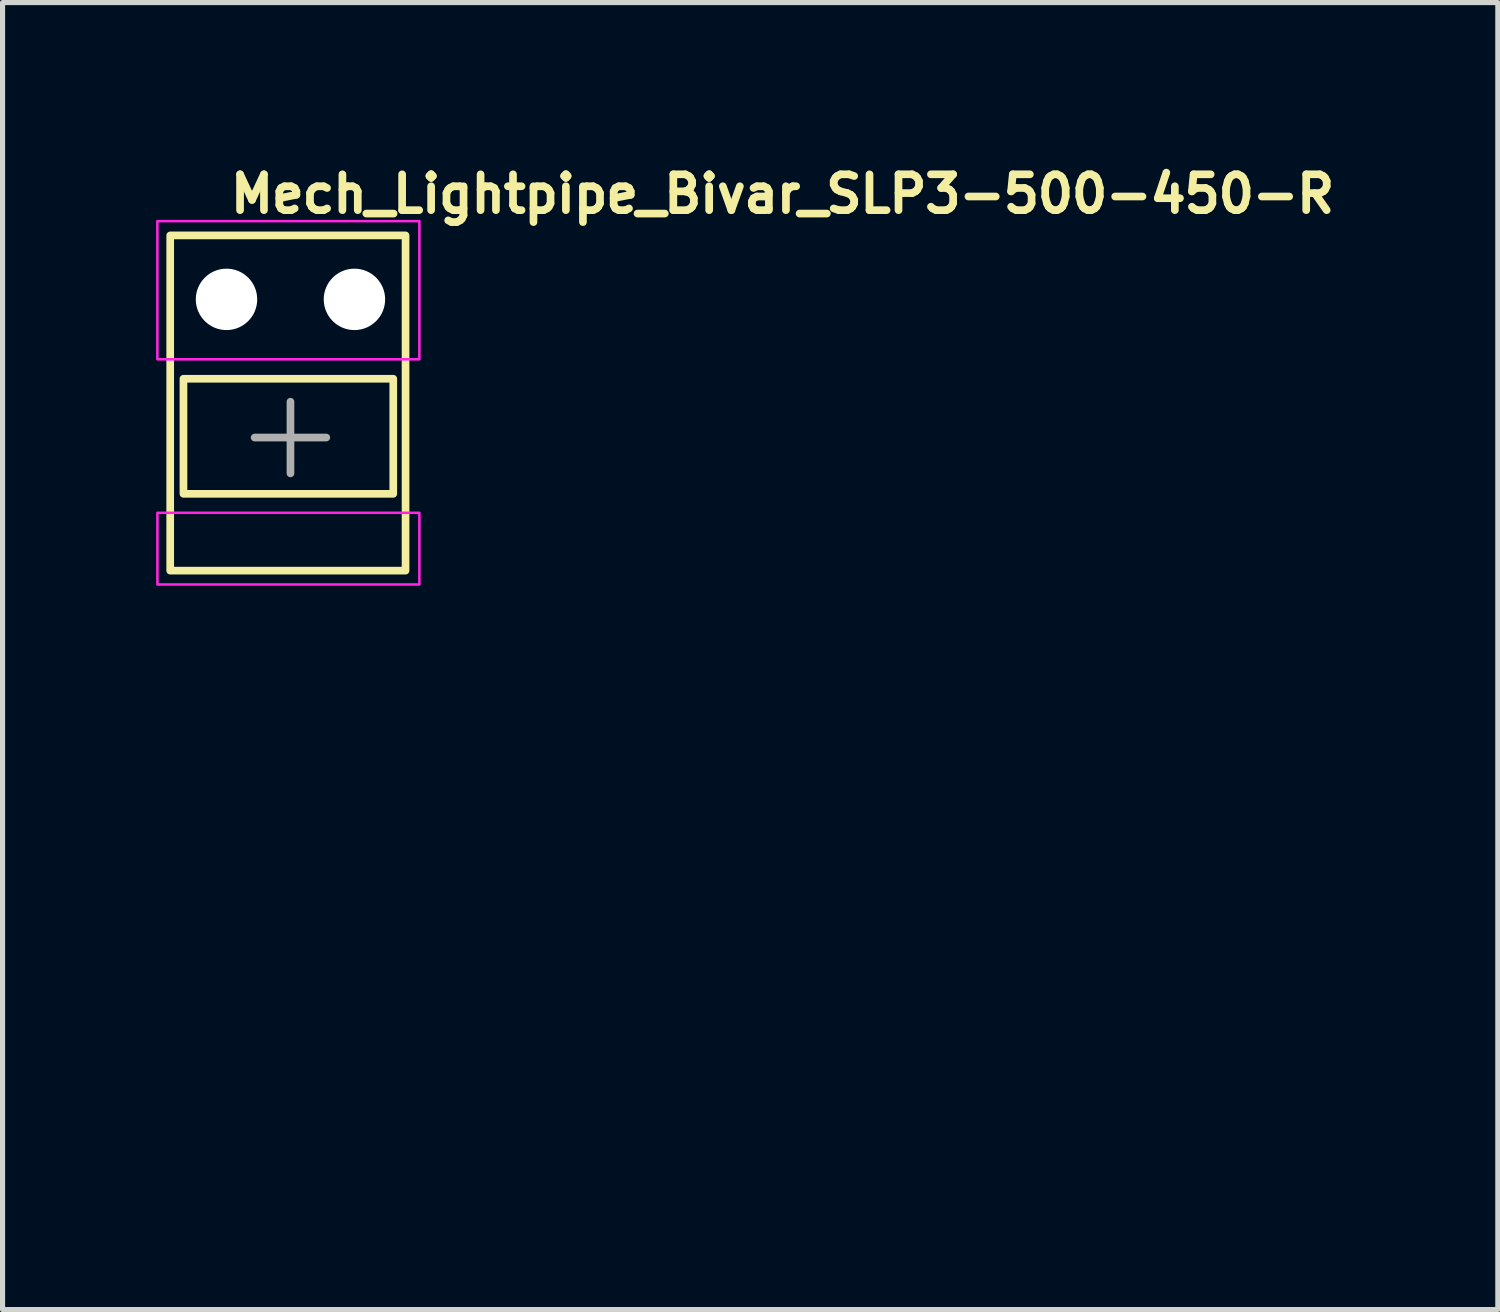
<source format=kicad_pcb>
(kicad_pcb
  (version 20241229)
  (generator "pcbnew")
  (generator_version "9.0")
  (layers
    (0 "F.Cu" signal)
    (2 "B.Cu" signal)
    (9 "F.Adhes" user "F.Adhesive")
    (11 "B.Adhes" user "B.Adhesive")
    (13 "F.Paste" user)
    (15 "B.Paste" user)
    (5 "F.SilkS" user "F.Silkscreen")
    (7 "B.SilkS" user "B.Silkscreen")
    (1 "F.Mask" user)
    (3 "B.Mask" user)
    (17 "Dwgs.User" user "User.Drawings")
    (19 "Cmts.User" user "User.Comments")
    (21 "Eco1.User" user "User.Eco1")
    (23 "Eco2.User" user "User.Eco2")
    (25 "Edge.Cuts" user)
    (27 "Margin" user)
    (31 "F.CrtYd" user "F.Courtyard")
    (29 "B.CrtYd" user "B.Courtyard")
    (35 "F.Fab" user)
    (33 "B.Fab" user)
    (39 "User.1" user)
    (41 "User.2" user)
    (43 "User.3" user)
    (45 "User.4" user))
  (footprint "Mech_Lightpipe_Bivar_SLP3-500-450-R"
    (layer "F.Cu")
    (at 1.376 2.8)
    (property "Reference" "Mech_Lightpipe_Bivar_SLP3-500-450-R" (at 0 -1.65 0) (unlocked yes) (layer "F.SilkS") (effects (font (size 0.7 0.7) (thickness 0.15)) (justify left bottom)))
    (attr through_hole)
    (fp_rect (start -1.1 -1.25) (end 3.499 5.301) (stroke (width 0.15) (type solid)) (fill no) (layer "F.SilkS"))
    (fp_rect (start -0.841 1.551) (end 3.259 3.8) (stroke (width 0.15) (type solid)) (fill no) (layer "F.SilkS"))
    (fp_rect (start -1.351 -1.529) (end 3.769 1.171) (stroke (width 0.05) (type solid)) (fill no) (layer "F.CrtYd"))
    (fp_rect (start -1.35 4.171) (end 3.769 5.571) (stroke (width 0.05) (type solid)) (fill no) (layer "F.CrtYd"))
    (fp_line (start 0.55 2.7) (end 1.25 2.7) (stroke (width 0.15) (type solid)) (layer "F.Fab"))
    (fp_line (start 1.25 2) (end 1.25 2.7) (stroke (width 0.15) (type solid)) (layer "F.Fab"))
    (fp_line (start 1.25 2.7) (end 1.25 3.4) (stroke (width 0.15) (type solid)) (layer "F.Fab"))
    (fp_line (start 1.25 2.7) (end 1.95 2.7) (stroke (width 0.15) (type solid)) (layer "F.Fab"))
    (fp_rect (start 3.46 16.69) (end -1.061 -1.089) (stroke (width 0.1) (type solid)) (fill no) (layer "User.5"))
    (fp_line (start -1.061 -1.089) (end 3.46 -1.089) (stroke (width 0.02) (type solid)) (layer "User.9"))
    (fp_line (start -1.061 1.027) (end -1.061 -1.089) (stroke (width 0.02) (type solid)) (layer "User.9"))
    (fp_line (start -1.061 1.985) (end -1.061 1.027) (stroke (width 0.02) (type solid)) (layer "User.9"))
    (fp_line (start -1.061 3.728) (end -1.061 1.985) (stroke (width 0.02) (type solid)) (layer "User.9"))
    (fp_line (start -1.061 3.728) (end -1.061 5.261) (stroke (width 0.02) (type solid)) (layer "User.9"))
    (fp_line (start -1.061 3.743) (end -1.061 3.728) (stroke (width 0.02) (type solid)) (layer "User.9"))
    (fp_line (start -1.061 5.261) (end -0.965 5.261) (stroke (width 0.02) (type solid)) (layer "User.9"))
    (fp_line (start -1.06 3.757) (end -1.061 3.743) (stroke (width 0.02) (type solid)) (layer "User.9"))
    (fp_line (start -1.058 3.771) (end -1.06 3.757) (stroke (width 0.02) (type solid)) (layer "User.9"))
    (fp_line (start -1.055 3.784) (end -1.058 3.771) (stroke (width 0.02) (type solid)) (layer "User.9"))
    (fp_line (start -1.051 3.799) (end -1.055 3.784) (stroke (width 0.02) (type solid)) (layer "User.9"))
    (fp_line (start -1.047 3.812) (end -1.051 3.799) (stroke (width 0.02) (type solid)) (layer "User.9"))
    (fp_line (start -1.042 3.825) (end -1.047 3.812) (stroke (width 0.02) (type solid)) (layer "User.9"))
    (fp_line (start -1.035 3.838) (end -1.042 3.825) (stroke (width 0.02) (type solid)) (layer "User.9"))
    (fp_line (start -1.029 3.851) (end -1.035 3.838) (stroke (width 0.02) (type solid)) (layer "User.9"))
    (fp_line (start -1.022 3.864) (end -1.029 3.851) (stroke (width 0.02) (type solid)) (layer "User.9"))
    (fp_line (start -1.013 3.876) (end -1.022 3.864) (stroke (width 0.02) (type solid)) (layer "User.9"))
    (fp_line (start -1.006 3.888) (end -1.013 3.876) (stroke (width 0.02) (type solid)) (layer "User.9"))
    (fp_line (start -0.997 3.9) (end -1.006 3.888) (stroke (width 0.02) (type solid)) (layer "User.9"))
    (fp_line (start -0.987 3.911) (end -0.997 3.9) (stroke (width 0.02) (type solid)) (layer "User.9"))
    (fp_line (start -0.976 3.921) (end -0.987 3.911) (stroke (width 0.02) (type solid)) (layer "User.9"))
    (fp_line (start -0.965 3.932) (end -0.976 3.921) (stroke (width 0.02) (type solid)) (layer "User.9"))
    (fp_line (start -0.965 3.932) (end -0.965 3.932) (stroke (width 0.02) (type solid)) (layer "User.9"))
    (fp_line (start -0.965 5.261) (end -0.965 5.261) (stroke (width 0.02) (type solid)) (layer "User.9"))
    (fp_line (start -0.965 5.261) (end -0.731 5.261) (stroke (width 0.02) (type solid)) (layer "User.9"))
    (fp_line (start -0.952 3.941) (end -0.965 3.932) (stroke (width 0.02) (type solid)) (layer "User.9"))
    (fp_line (start -0.941 3.951) (end -0.952 3.941) (stroke (width 0.02) (type solid)) (layer "User.9"))
    (fp_line (start -0.928 3.959) (end -0.941 3.951) (stroke (width 0.02) (type solid)) (layer "User.9"))
    (fp_line (start -0.915 3.967) (end -0.928 3.959) (stroke (width 0.02) (type solid)) (layer "User.9"))
    (fp_line (start -0.901 3.975) (end -0.915 3.967) (stroke (width 0.02) (type solid)) (layer "User.9"))
    (fp_line (start -0.886 3.982) (end -0.901 3.975) (stroke (width 0.02) (type solid)) (layer "User.9"))
    (fp_line (start -0.872 3.988) (end -0.886 3.982) (stroke (width 0.02) (type solid)) (layer "User.9"))
    (fp_line (start -0.858 3.994) (end -0.872 3.988) (stroke (width 0.02) (type solid)) (layer "User.9"))
    (fp_line (start -0.843 3.999) (end -0.858 3.994) (stroke (width 0.02) (type solid)) (layer "User.9"))
    (fp_line (start -0.827 4.003) (end -0.843 3.999) (stroke (width 0.02) (type solid)) (layer "User.9"))
    (fp_line (start -0.811 4.007) (end -0.827 4.003) (stroke (width 0.02) (type solid)) (layer "User.9"))
    (fp_line (start -0.796 4.01) (end -0.811 4.007) (stroke (width 0.02) (type solid)) (layer "User.9"))
    (fp_line (start -0.78 4.013) (end -0.796 4.01) (stroke (width 0.02) (type solid)) (layer "User.9"))
    (fp_line (start -0.764 4.014) (end -0.78 4.013) (stroke (width 0.02) (type solid)) (layer "User.9"))
    (fp_line (start -0.748 4.015) (end -0.764 4.014) (stroke (width 0.02) (type solid)) (layer "User.9"))
    (fp_line (start -0.731 4.016) (end -0.748 4.015) (stroke (width 0.02) (type solid)) (layer "User.9"))
    (fp_line (start -0.731 4.016) (end 3.129 4.016) (stroke (width 0.02) (type solid)) (layer "User.9"))
    (fp_line (start -0.322 15.191) (end -0.322 5.261) (stroke (width 0.02) (type solid)) (layer "User.9"))
    (fp_line (start -0.322 15.191) (end -0.32 15.266) (stroke (width 0.02) (type solid)) (layer "User.9"))
    (fp_line (start -0.32 15.266) (end -0.314 15.339) (stroke (width 0.02) (type solid)) (layer "User.9"))
    (fp_line (start -0.314 15.339) (end -0.306 15.412) (stroke (width 0.02) (type solid)) (layer "User.9"))
    (fp_line (start -0.306 15.412) (end -0.293 15.486) (stroke (width 0.02) (type solid)) (layer "User.9"))
    (fp_line (start -0.293 15.486) (end -0.277 15.556) (stroke (width 0.02) (type solid)) (layer "User.9"))
    (fp_line (start -0.277 15.556) (end -0.258 15.627) (stroke (width 0.02) (type solid)) (layer "User.9"))
    (fp_line (start -0.258 15.627) (end -0.234 15.696) (stroke (width 0.02) (type solid)) (layer "User.9"))
    (fp_line (start -0.234 15.696) (end -0.208 15.765) (stroke (width 0.02) (type solid)) (layer "User.9"))
    (fp_line (start -0.208 15.765) (end -0.178 15.832) (stroke (width 0.02) (type solid)) (layer "User.9"))
    (fp_line (start -0.178 15.832) (end -0.146 15.896) (stroke (width 0.02) (type solid)) (layer "User.9"))
    (fp_line (start -0.146 15.896) (end -0.109 15.96) (stroke (width 0.02) (type solid)) (layer "User.9"))
    (fp_line (start -0.109 15.96) (end -0.07 16.022) (stroke (width 0.02) (type solid)) (layer "User.9"))
    (fp_line (start -0.07 16.022) (end -0.029 16.083) (stroke (width 0.02) (type solid)) (layer "User.9"))
    (fp_line (start -0.029 16.083) (end 0.018 16.141) (stroke (width 0.02) (type solid)) (layer "User.9"))
    (fp_line (start 0.018 16.141) (end 0.066 16.198) (stroke (width 0.02) (type solid)) (layer "User.9"))
    (fp_line (start 0.066 16.198) (end 0.117 16.251) (stroke (width 0.02) (type solid)) (layer "User.9"))
    (fp_line (start 0.117 16.251) (end 0.117 16.251) (stroke (width 0.02) (type solid)) (layer "User.9"))
    (fp_line (start 0.117 16.251) (end 0.17 16.303) (stroke (width 0.02) (type solid)) (layer "User.9"))
    (fp_line (start 0.17 16.303) (end 0.226 16.35) (stroke (width 0.02) (type solid)) (layer "User.9"))
    (fp_line (start 0.226 16.35) (end 0.284 16.396) (stroke (width 0.02) (type solid)) (layer "User.9"))
    (fp_line (start 0.284 16.396) (end 0.345 16.439) (stroke (width 0.02) (type solid)) (layer "User.9"))
    (fp_line (start 0.345 16.439) (end 0.407 16.478) (stroke (width 0.02) (type solid)) (layer "User.9"))
    (fp_line (start 0.407 16.478) (end 0.471 16.513) (stroke (width 0.02) (type solid)) (layer "User.9"))
    (fp_line (start 0.471 16.513) (end 0.535 16.547) (stroke (width 0.02) (type solid)) (layer "User.9"))
    (fp_line (start 0.535 16.547) (end 0.603 16.576) (stroke (width 0.02) (type solid)) (layer "User.9"))
    (fp_line (start 0.603 16.576) (end 0.67 16.603) (stroke (width 0.02) (type solid)) (layer "User.9"))
    (fp_line (start 0.67 16.603) (end 0.741 16.626) (stroke (width 0.02) (type solid)) (layer "User.9"))
    (fp_line (start 0.741 16.626) (end 0.811 16.644) (stroke (width 0.02) (type solid)) (layer "User.9"))
    (fp_line (start 0.811 16.644) (end 0.883 16.661) (stroke (width 0.02) (type solid)) (layer "User.9"))
    (fp_line (start 0.883 16.661) (end 0.955 16.673) (stroke (width 0.02) (type solid)) (layer "User.9"))
    (fp_line (start 0.955 16.673) (end 1.029 16.682) (stroke (width 0.02) (type solid)) (layer "User.9"))
    (fp_line (start 1.029 16.682) (end 1.101 16.689) (stroke (width 0.02) (type solid)) (layer "User.9"))
    (fp_line (start 1.101 16.689) (end 1.176 16.69) (stroke (width 0.02) (type solid)) (layer "User.9"))
    (fp_line (start 1.176 5.261) (end -0.731 5.261) (stroke (width 0.02) (type solid)) (layer "User.9"))
    (fp_line (start 1.176 16.69) (end 1.249 16.689) (stroke (width 0.02) (type solid)) (layer "User.9"))
    (fp_line (start 1.249 16.689) (end 1.323 16.682) (stroke (width 0.02) (type solid)) (layer "User.9"))
    (fp_line (start 1.323 16.682) (end 1.397 16.673) (stroke (width 0.02) (type solid)) (layer "User.9"))
    (fp_line (start 1.397 16.673) (end 1.469 16.661) (stroke (width 0.02) (type solid)) (layer "User.9"))
    (fp_line (start 1.469 16.661) (end 1.541 16.644) (stroke (width 0.02) (type solid)) (layer "User.9"))
    (fp_line (start 1.541 16.644) (end 1.611 16.626) (stroke (width 0.02) (type solid)) (layer "User.9"))
    (fp_line (start 1.611 16.626) (end 1.68 16.603) (stroke (width 0.02) (type solid)) (layer "User.9"))
    (fp_line (start 1.68 16.603) (end 1.749 16.576) (stroke (width 0.02) (type solid)) (layer "User.9"))
    (fp_line (start 1.749 16.576) (end 1.815 16.547) (stroke (width 0.02) (type solid)) (layer "User.9"))
    (fp_line (start 1.815 16.547) (end 1.881 16.513) (stroke (width 0.02) (type solid)) (layer "User.9"))
    (fp_line (start 1.881 16.513) (end 1.945 16.478) (stroke (width 0.02) (type solid)) (layer "User.9"))
    (fp_line (start 1.945 16.478) (end 2.007 16.439) (stroke (width 0.02) (type solid)) (layer "User.9"))
    (fp_line (start 2.007 16.439) (end 2.067 16.396) (stroke (width 0.02) (type solid)) (layer "User.9"))
    (fp_line (start 2.067 16.396) (end 2.126 16.35) (stroke (width 0.02) (type solid)) (layer "User.9"))
    (fp_line (start 2.126 16.35) (end 2.182 16.303) (stroke (width 0.02) (type solid)) (layer "User.9"))
    (fp_line (start 2.182 16.303) (end 2.235 16.251) (stroke (width 0.02) (type solid)) (layer "User.9"))
    (fp_line (start 2.235 16.251) (end 2.235 16.251) (stroke (width 0.02) (type solid)) (layer "User.9"))
    (fp_line (start 2.235 16.251) (end 2.286 16.198) (stroke (width 0.02) (type solid)) (layer "User.9"))
    (fp_line (start 2.286 16.198) (end 2.334 16.141) (stroke (width 0.02) (type solid)) (layer "User.9"))
    (fp_line (start 2.334 16.141) (end 2.379 16.083) (stroke (width 0.02) (type solid)) (layer "User.9"))
    (fp_line (start 2.379 16.083) (end 2.422 16.022) (stroke (width 0.02) (type solid)) (layer "User.9"))
    (fp_line (start 2.422 16.022) (end 2.462 15.96) (stroke (width 0.02) (type solid)) (layer "User.9"))
    (fp_line (start 2.462 15.96) (end 2.498 15.896) (stroke (width 0.02) (type solid)) (layer "User.9"))
    (fp_line (start 2.498 15.896) (end 2.531 15.832) (stroke (width 0.02) (type solid)) (layer "User.9"))
    (fp_line (start 2.531 15.832) (end 2.56 15.765) (stroke (width 0.02) (type solid)) (layer "User.9"))
    (fp_line (start 2.56 15.765) (end 2.587 15.696) (stroke (width 0.02) (type solid)) (layer "User.9"))
    (fp_line (start 2.587 15.696) (end 2.61 15.627) (stroke (width 0.02) (type solid)) (layer "User.9"))
    (fp_line (start 2.61 15.627) (end 2.629 15.556) (stroke (width 0.02) (type solid)) (layer "User.9"))
    (fp_line (start 2.629 15.556) (end 2.645 15.486) (stroke (width 0.02) (type solid)) (layer "User.9"))
    (fp_line (start 2.645 15.486) (end 2.658 15.412) (stroke (width 0.02) (type solid)) (layer "User.9"))
    (fp_line (start 2.658 15.412) (end 2.666 15.339) (stroke (width 0.02) (type solid)) (layer "User.9"))
    (fp_line (start 2.666 15.339) (end 2.672 15.266) (stroke (width 0.02) (type solid)) (layer "User.9"))
    (fp_line (start 2.672 15.266) (end 2.674 15.191) (stroke (width 0.02) (type solid)) (layer "User.9"))
    (fp_line (start 2.674 15.191) (end 2.674 5.261) (stroke (width 0.02) (type solid)) (layer "User.9"))
    (fp_line (start 3.129 5.261) (end 1.176 5.261) (stroke (width 0.02) (type solid)) (layer "User.9"))
    (fp_line (start 3.129 5.261) (end 3.363 5.261) (stroke (width 0.02) (type solid)) (layer "User.9"))
    (fp_line (start 3.146 4.015) (end 3.129 4.016) (stroke (width 0.02) (type solid)) (layer "User.9"))
    (fp_line (start 3.162 4.014) (end 3.146 4.015) (stroke (width 0.02) (type solid)) (layer "User.9"))
    (fp_line (start 3.178 4.013) (end 3.162 4.014) (stroke (width 0.02) (type solid)) (layer "User.9"))
    (fp_line (start 3.194 4.01) (end 3.178 4.013) (stroke (width 0.02) (type solid)) (layer "User.9"))
    (fp_line (start 3.208 4.007) (end 3.194 4.01) (stroke (width 0.02) (type solid)) (layer "User.9"))
    (fp_line (start 3.224 4.003) (end 3.208 4.007) (stroke (width 0.02) (type solid)) (layer "User.9"))
    (fp_line (start 3.24 3.999) (end 3.224 4.003) (stroke (width 0.02) (type solid)) (layer "User.9"))
    (fp_line (start 3.255 3.994) (end 3.24 3.999) (stroke (width 0.02) (type solid)) (layer "User.9"))
    (fp_line (start 3.27 3.988) (end 3.255 3.994) (stroke (width 0.02) (type solid)) (layer "User.9"))
    (fp_line (start 3.285 3.982) (end 3.27 3.988) (stroke (width 0.02) (type solid)) (layer "User.9"))
    (fp_line (start 3.299 3.975) (end 3.285 3.982) (stroke (width 0.02) (type solid)) (layer "User.9"))
    (fp_line (start 3.313 3.967) (end 3.299 3.975) (stroke (width 0.02) (type solid)) (layer "User.9"))
    (fp_line (start 3.326 3.959) (end 3.313 3.967) (stroke (width 0.02) (type solid)) (layer "User.9"))
    (fp_line (start 3.339 3.951) (end 3.326 3.959) (stroke (width 0.02) (type solid)) (layer "User.9"))
    (fp_line (start 3.351 3.941) (end 3.339 3.951) (stroke (width 0.02) (type solid)) (layer "User.9"))
    (fp_line (start 3.363 3.932) (end 3.351 3.941) (stroke (width 0.02) (type solid)) (layer "User.9"))
    (fp_line (start 3.363 3.932) (end 3.363 3.932) (stroke (width 0.02) (type solid)) (layer "User.9"))
    (fp_line (start 3.363 5.261) (end 3.363 5.261) (stroke (width 0.02) (type solid)) (layer "User.9"))
    (fp_line (start 3.363 5.261) (end 3.46 5.261) (stroke (width 0.02) (type solid)) (layer "User.9"))
    (fp_line (start 3.374 3.921) (end 3.363 3.932) (stroke (width 0.02) (type solid)) (layer "User.9"))
    (fp_line (start 3.384 3.911) (end 3.374 3.921) (stroke (width 0.02) (type solid)) (layer "User.9"))
    (fp_line (start 3.394 3.9) (end 3.384 3.911) (stroke (width 0.02) (type solid)) (layer "User.9"))
    (fp_line (start 3.404 3.888) (end 3.394 3.9) (stroke (width 0.02) (type solid)) (layer "User.9"))
    (fp_line (start 3.412 3.876) (end 3.404 3.888) (stroke (width 0.02) (type solid)) (layer "User.9"))
    (fp_line (start 3.42 3.864) (end 3.412 3.876) (stroke (width 0.02) (type solid)) (layer "User.9"))
    (fp_line (start 3.427 3.851) (end 3.42 3.864) (stroke (width 0.02) (type solid)) (layer "User.9"))
    (fp_line (start 3.434 3.838) (end 3.427 3.851) (stroke (width 0.02) (type solid)) (layer "User.9"))
    (fp_line (start 3.44 3.825) (end 3.434 3.838) (stroke (width 0.02) (type solid)) (layer "User.9"))
    (fp_line (start 3.445 3.812) (end 3.44 3.825) (stroke (width 0.02) (type solid)) (layer "User.9"))
    (fp_line (start 3.449 3.799) (end 3.445 3.812) (stroke (width 0.02) (type solid)) (layer "User.9"))
    (fp_line (start 3.453 3.784) (end 3.449 3.799) (stroke (width 0.02) (type solid)) (layer "User.9"))
    (fp_line (start 3.456 3.771) (end 3.453 3.784) (stroke (width 0.02) (type solid)) (layer "User.9"))
    (fp_line (start 3.458 3.757) (end 3.456 3.771) (stroke (width 0.02) (type solid)) (layer "User.9"))
    (fp_line (start 3.459 3.743) (end 3.458 3.757) (stroke (width 0.02) (type solid)) (layer "User.9"))
    (fp_line (start 3.46 -1.089) (end 3.46 1.027) (stroke (width 0.02) (type solid)) (layer "User.9"))
    (fp_line (start 3.46 1.027) (end 3.46 1.985) (stroke (width 0.02) (type solid)) (layer "User.9"))
    (fp_line (start 3.46 1.985) (end 3.46 3.728) (stroke (width 0.02) (type solid)) (layer "User.9"))
    (fp_line (start 3.46 3.728) (end 3.459 3.743) (stroke (width 0.02) (type solid)) (layer "User.9"))
    (fp_line (start 3.46 5.261) (end 3.46 3.728) (stroke (width 0.02) (type solid)) (layer "User.9"))
    (pad "" np_thru_hole circle (at 0 0) (size 1.2 1.2) (drill 1.2) (layers "*.Cu" "*.Mask"))
    (pad "" np_thru_hole circle (at 2.5 0) (size 1.2 1.2) (drill 1.2) (layers "*.Cu" "*.Mask")))
  (gr_rect
    (start -3 -3)
    (end 26.219 22.54)
    (stroke (width 0.1) (type default))
    (fill no)
    (layer "Edge.Cuts")))
</source>
